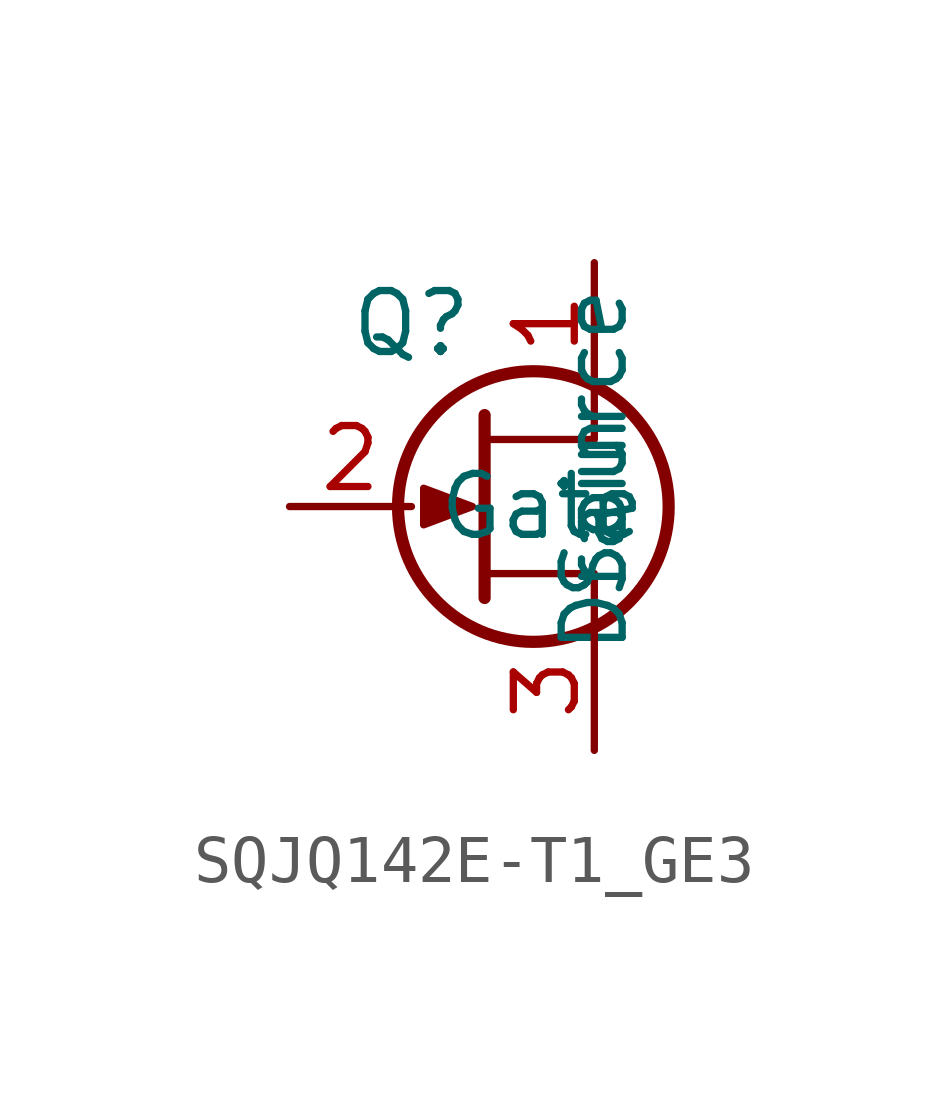
<source format=kicad_sym>
(kicad_symbol_lib
  (version 20231120)
  (generator "kicad_symbol_editor")
  (generator_version "8.0")
  (symbol "SQJQ142E-T1_GE3"
    (property "Reference" "Q"
      (at -2.54 3.81 0)
      (effects (font (size 1.27 1.27))))
    (property "Value" ""
      (at 0 0 0)
      (effects (font (size 1.27 1.27))))
    (symbol "SQJQ142E-T1_GE3_0_1"
      (polyline (pts (xy -1.016 1.905) (xy -1.016 -1.905)) (stroke (width 0.254) (type default)) (fill (type none)))
      (polyline (pts (xy 1.27 -2.54) (xy 1.27 -1.397) (xy -1.016 -1.397)) (stroke (width 0) (type default)) (fill (type none)))
      (polyline (pts (xy 1.27 2.54) (xy 1.27 1.397) (xy -1.016 1.397)) (stroke (width 0) (type default)) (fill (type none)))
      (polyline (pts (xy -1.27 0) (xy -2.286 0.381) (xy -2.286 -0.381) (xy -1.27 0)) (stroke (width 0) (type default)) (fill (type outline)))
      (circle (center 0 0) (radius 2.819) (stroke (width 0.254) (type default)) (fill (type none))))
    (symbol "SQJQ142E-T1_GE3_1_1"
      (pin passive line (at 1.27 5.08 270) (length 2.54) (name "Drain" (effects (font (size 1.27 1.27)))) (number "1" (effects (font (size 1.27 1.27)))))
      (pin input line (at -5.08 0 0) (length 2.54) (name "Gate" (effects (font (size 1.27 1.27)))) (number "2" (effects (font (size 1.27 1.27)))))
      (pin passive line (at 1.27 -5.08 90) (length 2.54) (name "Source" (effects (font (size 1.27 1.27)))) (number "3" (effects (font (size 1.27 1.27))))))))
</source>
